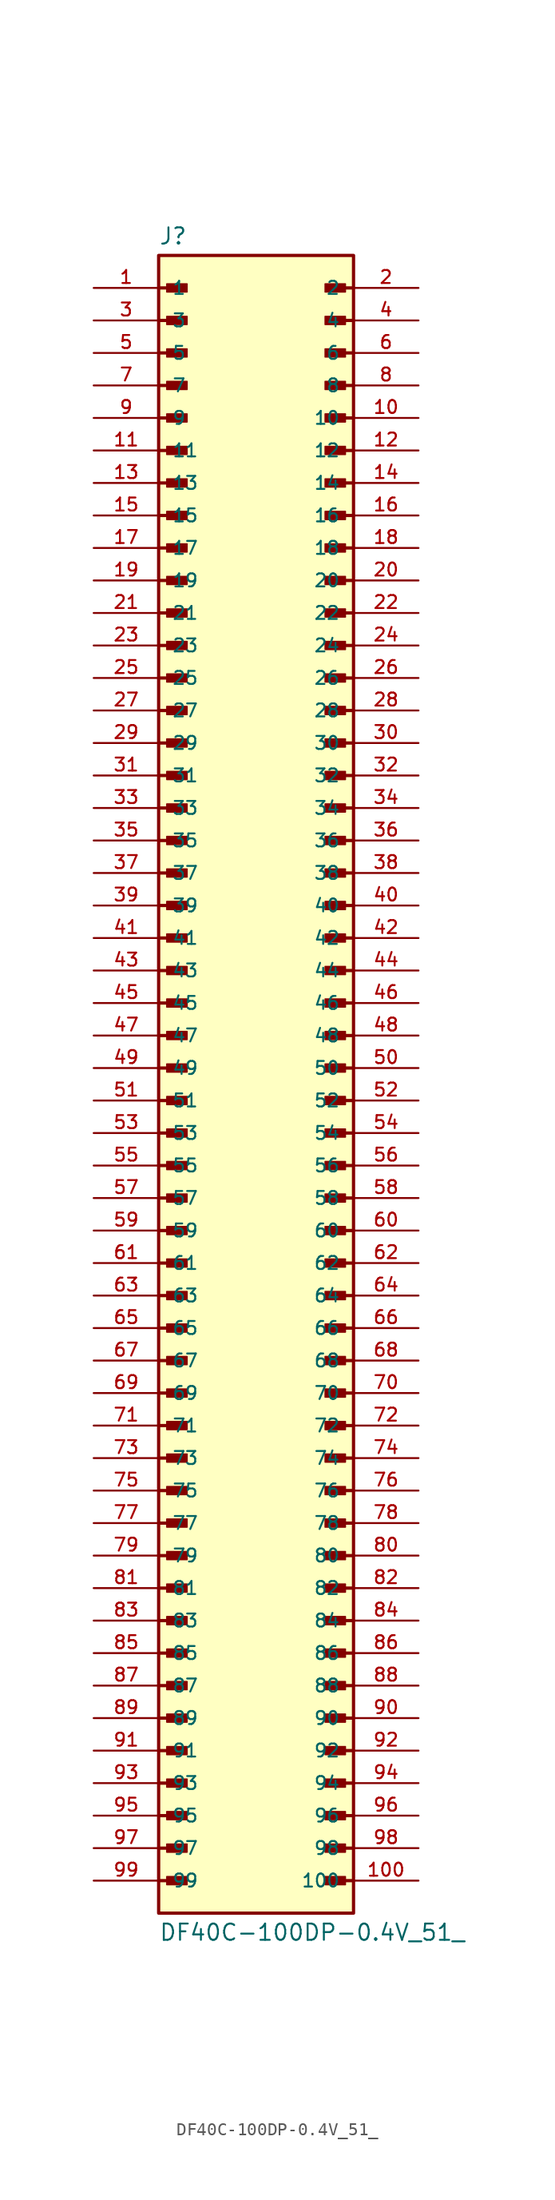
<source format=kicad_sym>
(kicad_symbol_lib
  (version 20211014)
  (generator kicad_symbol_editor)
  (symbol "DF40C-100DP-0.4V_51_"
    (pin_names
      (offset 1.016))
    (property "Reference" "J"
      (at -7.62 64.262 0)
      (effects (font (size 1.27 1.27)) (justify bottom left)))
    (property "Value" "DF40C-100DP-0.4V_51_"
      (at -7.62 -66.802 0)
      (effects (font (size 1.27 1.27)) (justify top left)))
    (symbol "DF40C-100DP-0.4V_51__0_0"
      (polyline (pts (xy -7.62 60.96) (xy -5.715 60.96)) (stroke (width 0.254)))
      (rectangle (start -6.985 60.642) (end -5.397 61.278) (stroke (width 0.1)) (fill (type outline)))
      (polyline (pts (xy -7.62 58.42) (xy -5.715 58.42)) (stroke (width 0.254)))
      (rectangle (start -6.985 58.102) (end -5.397 58.737) (stroke (width 0.1)) (fill (type outline)))
      (polyline (pts (xy -7.62 55.88) (xy -5.715 55.88)) (stroke (width 0.254)))
      (rectangle (start -6.985 55.562) (end -5.397 56.197) (stroke (width 0.1)) (fill (type outline)))
      (polyline (pts (xy -7.62 53.34) (xy -5.715 53.34)) (stroke (width 0.254)))
      (rectangle (start -6.985 53.023) (end -5.397 53.657) (stroke (width 0.1)) (fill (type outline)))
      (polyline (pts (xy -7.62 50.8) (xy -5.715 50.8)) (stroke (width 0.254)))
      (rectangle (start -6.985 50.483) (end -5.397 51.117) (stroke (width 0.1)) (fill (type outline)))
      (polyline (pts (xy -7.62 48.26) (xy -5.715 48.26)) (stroke (width 0.254)))
      (rectangle (start -6.985 47.943) (end -5.397 48.578) (stroke (width 0.1)) (fill (type outline)))
      (polyline (pts (xy -7.62 45.72) (xy -5.715 45.72)) (stroke (width 0.254)))
      (rectangle (start -6.985 45.403) (end -5.397 46.038) (stroke (width 0.1)) (fill (type outline)))
      (polyline (pts (xy -7.62 43.18) (xy -5.715 43.18)) (stroke (width 0.254)))
      (rectangle (start -6.985 42.862) (end -5.397 43.498) (stroke (width 0.1)) (fill (type outline)))
      (polyline (pts (xy -7.62 40.64) (xy -5.715 40.64)) (stroke (width 0.254)))
      (rectangle (start -6.985 40.322) (end -5.397 40.958) (stroke (width 0.1)) (fill (type outline)))
      (polyline (pts (xy -7.62 38.1) (xy -5.715 38.1)) (stroke (width 0.254)))
      (rectangle (start -6.985 37.782) (end -5.397 38.417) (stroke (width 0.1)) (fill (type outline)))
      (polyline (pts (xy 7.62 38.1) (xy 5.715 38.1)) (stroke (width 0.254)))
      (rectangle (start 5.397 37.782) (end 6.985 38.417) (stroke (width 0.1)) (fill (type outline)))
      (polyline (pts (xy 7.62 40.64) (xy 5.715 40.64)) (stroke (width 0.254)))
      (rectangle (start 5.397 40.322) (end 6.985 40.958) (stroke (width 0.1)) (fill (type outline)))
      (polyline (pts (xy 7.62 43.18) (xy 5.715 43.18)) (stroke (width 0.254)))
      (rectangle (start 5.397 42.862) (end 6.985 43.498) (stroke (width 0.1)) (fill (type outline)))
      (polyline (pts (xy 7.62 45.72) (xy 5.715 45.72)) (stroke (width 0.254)))
      (rectangle (start 5.397 45.403) (end 6.985 46.038) (stroke (width 0.1)) (fill (type outline)))
      (polyline (pts (xy 7.62 48.26) (xy 5.715 48.26)) (stroke (width 0.254)))
      (rectangle (start 5.397 47.943) (end 6.985 48.578) (stroke (width 0.1)) (fill (type outline)))
      (polyline (pts (xy 7.62 50.8) (xy 5.715 50.8)) (stroke (width 0.254)))
      (rectangle (start 5.397 50.483) (end 6.985 51.117) (stroke (width 0.1)) (fill (type outline)))
      (polyline (pts (xy 7.62 53.34) (xy 5.715 53.34)) (stroke (width 0.254)))
      (rectangle (start 5.397 53.023) (end 6.985 53.657) (stroke (width 0.1)) (fill (type outline)))
      (polyline (pts (xy 7.62 55.88) (xy 5.715 55.88)) (stroke (width 0.254)))
      (rectangle (start 5.397 55.562) (end 6.985 56.197) (stroke (width 0.1)) (fill (type outline)))
      (polyline (pts (xy 7.62 58.42) (xy 5.715 58.42)) (stroke (width 0.254)))
      (rectangle (start 5.397 58.102) (end 6.985 58.737) (stroke (width 0.1)) (fill (type outline)))
      (polyline (pts (xy 7.62 60.96) (xy 5.715 60.96)) (stroke (width 0.254)))
      (rectangle (start 5.397 60.642) (end 6.985 61.278) (stroke (width 0.1)) (fill (type outline)))
      (polyline (pts (xy -7.62 35.56) (xy -5.715 35.56)) (stroke (width 0.254)))
      (rectangle (start -6.985 35.242) (end -5.397 35.877) (stroke (width 0.1)) (fill (type outline)))
      (polyline (pts (xy -7.62 33.02) (xy -5.715 33.02)) (stroke (width 0.254)))
      (rectangle (start -6.985 32.703) (end -5.397 33.337) (stroke (width 0.1)) (fill (type outline)))
      (polyline (pts (xy -7.62 30.48) (xy -5.715 30.48)) (stroke (width 0.254)))
      (rectangle (start -6.985 30.163) (end -5.397 30.797) (stroke (width 0.1)) (fill (type outline)))
      (polyline (pts (xy -7.62 27.94) (xy -5.715 27.94)) (stroke (width 0.254)))
      (rectangle (start -6.985 27.622) (end -5.397 28.258) (stroke (width 0.1)) (fill (type outline)))
      (polyline (pts (xy -7.62 25.4) (xy -5.715 25.4)) (stroke (width 0.254)))
      (rectangle (start -6.985 25.082) (end -5.397 25.718) (stroke (width 0.1)) (fill (type outline)))
      (polyline (pts (xy -7.62 22.86) (xy -5.715 22.86)) (stroke (width 0.254)))
      (rectangle (start -6.985 22.543) (end -5.397 23.177) (stroke (width 0.1)) (fill (type outline)))
      (polyline (pts (xy -7.62 20.32) (xy -5.715 20.32)) (stroke (width 0.254)))
      (rectangle (start -6.985 20.003) (end -5.397 20.637) (stroke (width 0.1)) (fill (type outline)))
      (polyline (pts (xy -7.62 17.78) (xy -5.715 17.78)) (stroke (width 0.254)))
      (rectangle (start -6.985 17.462) (end -5.397 18.098) (stroke (width 0.1)) (fill (type outline)))
      (polyline (pts (xy -7.62 15.24) (xy -5.715 15.24)) (stroke (width 0.254)))
      (rectangle (start -6.985 14.922) (end -5.397 15.557) (stroke (width 0.1)) (fill (type outline)))
      (polyline (pts (xy -7.62 12.7) (xy -5.715 12.7)) (stroke (width 0.254)))
      (rectangle (start -6.985 12.383) (end -5.397 13.018) (stroke (width 0.1)) (fill (type outline)))
      (polyline (pts (xy 7.62 12.7) (xy 5.715 12.7)) (stroke (width 0.254)))
      (rectangle (start 5.397 12.383) (end 6.985 13.018) (stroke (width 0.1)) (fill (type outline)))
      (polyline (pts (xy 7.62 15.24) (xy 5.715 15.24)) (stroke (width 0.254)))
      (rectangle (start 5.397 14.922) (end 6.985 15.557) (stroke (width 0.1)) (fill (type outline)))
      (polyline (pts (xy 7.62 17.78) (xy 5.715 17.78)) (stroke (width 0.254)))
      (rectangle (start 5.397 17.462) (end 6.985 18.098) (stroke (width 0.1)) (fill (type outline)))
      (polyline (pts (xy 7.62 20.32) (xy 5.715 20.32)) (stroke (width 0.254)))
      (rectangle (start 5.397 20.003) (end 6.985 20.637) (stroke (width 0.1)) (fill (type outline)))
      (polyline (pts (xy 7.62 22.86) (xy 5.715 22.86)) (stroke (width 0.254)))
      (rectangle (start 5.397 22.543) (end 6.985 23.177) (stroke (width 0.1)) (fill (type outline)))
      (polyline (pts (xy 7.62 25.4) (xy 5.715 25.4)) (stroke (width 0.254)))
      (rectangle (start 5.397 25.082) (end 6.985 25.718) (stroke (width 0.1)) (fill (type outline)))
      (polyline (pts (xy 7.62 27.94) (xy 5.715 27.94)) (stroke (width 0.254)))
      (rectangle (start 5.397 27.622) (end 6.985 28.258) (stroke (width 0.1)) (fill (type outline)))
      (polyline (pts (xy 7.62 30.48) (xy 5.715 30.48)) (stroke (width 0.254)))
      (rectangle (start 5.397 30.163) (end 6.985 30.797) (stroke (width 0.1)) (fill (type outline)))
      (polyline (pts (xy 7.62 33.02) (xy 5.715 33.02)) (stroke (width 0.254)))
      (rectangle (start 5.397 32.703) (end 6.985 33.337) (stroke (width 0.1)) (fill (type outline)))
      (polyline (pts (xy 7.62 35.56) (xy 5.715 35.56)) (stroke (width 0.254)))
      (rectangle (start 5.397 35.242) (end 6.985 35.877) (stroke (width 0.1)) (fill (type outline)))
      (polyline (pts (xy -7.62 10.16) (xy -5.715 10.16)) (stroke (width 0.254)))
      (rectangle (start -6.985 9.842) (end -5.397 10.477) (stroke (width 0.1)) (fill (type outline)))
      (polyline (pts (xy -7.62 7.62) (xy -5.715 7.62)) (stroke (width 0.254)))
      (rectangle (start -6.985 7.303) (end -5.397 7.938) (stroke (width 0.1)) (fill (type outline)))
      (polyline (pts (xy -7.62 5.08) (xy -5.715 5.08)) (stroke (width 0.254)))
      (rectangle (start -6.985 4.763) (end -5.397 5.397) (stroke (width 0.1)) (fill (type outline)))
      (polyline (pts (xy -7.62 2.54) (xy -5.715 2.54)) (stroke (width 0.254)))
      (rectangle (start -6.985 2.223) (end -5.397 2.857) (stroke (width 0.1)) (fill (type outline)))
      (polyline (pts (xy -7.62 0.0) (xy -5.715 0.0)) (stroke (width 0.254)))
      (rectangle (start -6.985 -0.318) (end -5.397 0.318) (stroke (width 0.1)) (fill (type outline)))
      (polyline (pts (xy -7.62 -2.54) (xy -5.715 -2.54)) (stroke (width 0.254)))
      (rectangle (start -6.985 -2.857) (end -5.397 -2.223) (stroke (width 0.1)) (fill (type outline)))
      (polyline (pts (xy -7.62 -5.08) (xy -5.715 -5.08)) (stroke (width 0.254)))
      (rectangle (start -6.985 -5.397) (end -5.397 -4.763) (stroke (width 0.1)) (fill (type outline)))
      (polyline (pts (xy -7.62 -7.62) (xy -5.715 -7.62)) (stroke (width 0.254)))
      (rectangle (start -6.985 -7.938) (end -5.397 -7.303) (stroke (width 0.1)) (fill (type outline)))
      (polyline (pts (xy -7.62 -10.16) (xy -5.715 -10.16)) (stroke (width 0.254)))
      (rectangle (start -6.985 -10.477) (end -5.397 -9.842) (stroke (width 0.1)) (fill (type outline)))
      (polyline (pts (xy -7.62 -12.7) (xy -5.715 -12.7)) (stroke (width 0.254)))
      (rectangle (start -6.985 -13.018) (end -5.397 -12.383) (stroke (width 0.1)) (fill (type outline)))
      (polyline (pts (xy 7.62 -12.7) (xy 5.715 -12.7)) (stroke (width 0.254)))
      (rectangle (start 5.397 -13.018) (end 6.985 -12.383) (stroke (width 0.1)) (fill (type outline)))
      (polyline (pts (xy 7.62 -10.16) (xy 5.715 -10.16)) (stroke (width 0.254)))
      (rectangle (start 5.397 -10.477) (end 6.985 -9.842) (stroke (width 0.1)) (fill (type outline)))
      (polyline (pts (xy 7.62 -7.62) (xy 5.715 -7.62)) (stroke (width 0.254)))
      (rectangle (start 5.397 -7.938) (end 6.985 -7.303) (stroke (width 0.1)) (fill (type outline)))
      (polyline (pts (xy 7.62 -5.08) (xy 5.715 -5.08)) (stroke (width 0.254)))
      (rectangle (start 5.397 -5.397) (end 6.985 -4.763) (stroke (width 0.1)) (fill (type outline)))
      (polyline (pts (xy 7.62 -2.54) (xy 5.715 -2.54)) (stroke (width 0.254)))
      (rectangle (start 5.397 -2.857) (end 6.985 -2.223) (stroke (width 0.1)) (fill (type outline)))
      (polyline (pts (xy 7.62 0.0) (xy 5.715 0.0)) (stroke (width 0.254)))
      (rectangle (start 5.397 -0.318) (end 6.985 0.318) (stroke (width 0.1)) (fill (type outline)))
      (polyline (pts (xy 7.62 2.54) (xy 5.715 2.54)) (stroke (width 0.254)))
      (rectangle (start 5.397 2.223) (end 6.985 2.857) (stroke (width 0.1)) (fill (type outline)))
      (polyline (pts (xy 7.62 5.08) (xy 5.715 5.08)) (stroke (width 0.254)))
      (rectangle (start 5.397 4.763) (end 6.985 5.397) (stroke (width 0.1)) (fill (type outline)))
      (polyline (pts (xy 7.62 7.62) (xy 5.715 7.62)) (stroke (width 0.254)))
      (rectangle (start 5.397 7.303) (end 6.985 7.938) (stroke (width 0.1)) (fill (type outline)))
      (polyline (pts (xy 7.62 10.16) (xy 5.715 10.16)) (stroke (width 0.254)))
      (rectangle (start 5.397 9.842) (end 6.985 10.477) (stroke (width 0.1)) (fill (type outline)))
      (polyline (pts (xy -7.62 -15.24) (xy -5.715 -15.24)) (stroke (width 0.254)))
      (rectangle (start -6.985 -15.557) (end -5.397 -14.922) (stroke (width 0.1)) (fill (type outline)))
      (polyline (pts (xy -7.62 -17.78) (xy -5.715 -17.78)) (stroke (width 0.254)))
      (rectangle (start -6.985 -18.098) (end -5.397 -17.462) (stroke (width 0.1)) (fill (type outline)))
      (polyline (pts (xy -7.62 -20.32) (xy -5.715 -20.32)) (stroke (width 0.254)))
      (rectangle (start -6.985 -20.637) (end -5.397 -20.003) (stroke (width 0.1)) (fill (type outline)))
      (polyline (pts (xy -7.62 -22.86) (xy -5.715 -22.86)) (stroke (width 0.254)))
      (rectangle (start -6.985 -23.177) (end -5.397 -22.543) (stroke (width 0.1)) (fill (type outline)))
      (polyline (pts (xy -7.62 -25.4) (xy -5.715 -25.4)) (stroke (width 0.254)))
      (rectangle (start -6.985 -25.718) (end -5.397 -25.082) (stroke (width 0.1)) (fill (type outline)))
      (polyline (pts (xy -7.62 -27.94) (xy -5.715 -27.94)) (stroke (width 0.254)))
      (rectangle (start -6.985 -28.258) (end -5.397 -27.622) (stroke (width 0.1)) (fill (type outline)))
      (polyline (pts (xy -7.62 -30.48) (xy -5.715 -30.48)) (stroke (width 0.254)))
      (rectangle (start -6.985 -30.797) (end -5.397 -30.163) (stroke (width 0.1)) (fill (type outline)))
      (polyline (pts (xy -7.62 -33.02) (xy -5.715 -33.02)) (stroke (width 0.254)))
      (rectangle (start -6.985 -33.337) (end -5.397 -32.703) (stroke (width 0.1)) (fill (type outline)))
      (polyline (pts (xy -7.62 -35.56) (xy -5.715 -35.56)) (stroke (width 0.254)))
      (rectangle (start -6.985 -35.877) (end -5.397 -35.242) (stroke (width 0.1)) (fill (type outline)))
      (polyline (pts (xy -7.62 -38.1) (xy -5.715 -38.1)) (stroke (width 0.254)))
      (rectangle (start -6.985 -38.417) (end -5.397 -37.782) (stroke (width 0.1)) (fill (type outline)))
      (polyline (pts (xy 7.62 -38.1) (xy 5.715 -38.1)) (stroke (width 0.254)))
      (rectangle (start 5.397 -38.417) (end 6.985 -37.782) (stroke (width 0.1)) (fill (type outline)))
      (polyline (pts (xy 7.62 -35.56) (xy 5.715 -35.56)) (stroke (width 0.254)))
      (rectangle (start 5.397 -35.877) (end 6.985 -35.242) (stroke (width 0.1)) (fill (type outline)))
      (polyline (pts (xy 7.62 -33.02) (xy 5.715 -33.02)) (stroke (width 0.254)))
      (rectangle (start 5.397 -33.337) (end 6.985 -32.703) (stroke (width 0.1)) (fill (type outline)))
      (polyline (pts (xy 7.62 -30.48) (xy 5.715 -30.48)) (stroke (width 0.254)))
      (rectangle (start 5.397 -30.797) (end 6.985 -30.163) (stroke (width 0.1)) (fill (type outline)))
      (polyline (pts (xy 7.62 -27.94) (xy 5.715 -27.94)) (stroke (width 0.254)))
      (rectangle (start 5.397 -28.258) (end 6.985 -27.622) (stroke (width 0.1)) (fill (type outline)))
      (polyline (pts (xy 7.62 -25.4) (xy 5.715 -25.4)) (stroke (width 0.254)))
      (rectangle (start 5.397 -25.718) (end 6.985 -25.082) (stroke (width 0.1)) (fill (type outline)))
      (polyline (pts (xy 7.62 -22.86) (xy 5.715 -22.86)) (stroke (width 0.254)))
      (rectangle (start 5.397 -23.177) (end 6.985 -22.543) (stroke (width 0.1)) (fill (type outline)))
      (polyline (pts (xy 7.62 -20.32) (xy 5.715 -20.32)) (stroke (width 0.254)))
      (rectangle (start 5.397 -20.637) (end 6.985 -20.003) (stroke (width 0.1)) (fill (type outline)))
      (polyline (pts (xy 7.62 -17.78) (xy 5.715 -17.78)) (stroke (width 0.254)))
      (rectangle (start 5.397 -18.098) (end 6.985 -17.462) (stroke (width 0.1)) (fill (type outline)))
      (polyline (pts (xy 7.62 -15.24) (xy 5.715 -15.24)) (stroke (width 0.254)))
      (rectangle (start 5.397 -15.557) (end 6.985 -14.922) (stroke (width 0.1)) (fill (type outline)))
      (polyline (pts (xy -7.62 -40.64) (xy -5.715 -40.64)) (stroke (width 0.254)))
      (rectangle (start -6.985 -40.958) (end -5.397 -40.322) (stroke (width 0.1)) (fill (type outline)))
      (polyline (pts (xy -7.62 -43.18) (xy -5.715 -43.18)) (stroke (width 0.254)))
      (rectangle (start -6.985 -43.498) (end -5.397 -42.862) (stroke (width 0.1)) (fill (type outline)))
      (polyline (pts (xy -7.62 -45.72) (xy -5.715 -45.72)) (stroke (width 0.254)))
      (rectangle (start -6.985 -46.038) (end -5.397 -45.403) (stroke (width 0.1)) (fill (type outline)))
      (polyline (pts (xy -7.62 -48.26) (xy -5.715 -48.26)) (stroke (width 0.254)))
      (rectangle (start -6.985 -48.578) (end -5.397 -47.943) (stroke (width 0.1)) (fill (type outline)))
      (polyline (pts (xy -7.62 -50.8) (xy -5.715 -50.8)) (stroke (width 0.254)))
      (rectangle (start -6.985 -51.117) (end -5.397 -50.483) (stroke (width 0.1)) (fill (type outline)))
      (polyline (pts (xy -7.62 -53.34) (xy -5.715 -53.34)) (stroke (width 0.254)))
      (rectangle (start -6.985 -53.657) (end -5.397 -53.023) (stroke (width 0.1)) (fill (type outline)))
      (polyline (pts (xy -7.62 -55.88) (xy -5.715 -55.88)) (stroke (width 0.254)))
      (rectangle (start -6.985 -56.197) (end -5.397 -55.562) (stroke (width 0.1)) (fill (type outline)))
      (polyline (pts (xy -7.62 -58.42) (xy -5.715 -58.42)) (stroke (width 0.254)))
      (rectangle (start -6.985 -58.737) (end -5.397 -58.102) (stroke (width 0.1)) (fill (type outline)))
      (polyline (pts (xy -7.62 -60.96) (xy -5.715 -60.96)) (stroke (width 0.254)))
      (rectangle (start -6.985 -61.278) (end -5.397 -60.642) (stroke (width 0.1)) (fill (type outline)))
      (polyline (pts (xy -7.62 -63.5) (xy -5.715 -63.5)) (stroke (width 0.254)))
      (rectangle (start -6.985 -63.818) (end -5.397 -63.182) (stroke (width 0.1)) (fill (type outline)))
      (polyline (pts (xy 7.62 -63.5) (xy 5.715 -63.5)) (stroke (width 0.254)))
      (rectangle (start 5.397 -63.818) (end 6.985 -63.182) (stroke (width 0.1)) (fill (type outline)))
      (polyline (pts (xy 7.62 -60.96) (xy 5.715 -60.96)) (stroke (width 0.254)))
      (rectangle (start 5.397 -61.278) (end 6.985 -60.642) (stroke (width 0.1)) (fill (type outline)))
      (polyline (pts (xy 7.62 -58.42) (xy 5.715 -58.42)) (stroke (width 0.254)))
      (rectangle (start 5.397 -58.737) (end 6.985 -58.102) (stroke (width 0.1)) (fill (type outline)))
      (polyline (pts (xy 7.62 -55.88) (xy 5.715 -55.88)) (stroke (width 0.254)))
      (rectangle (start 5.397 -56.197) (end 6.985 -55.562) (stroke (width 0.1)) (fill (type outline)))
      (polyline (pts (xy 7.62 -53.34) (xy 5.715 -53.34)) (stroke (width 0.254)))
      (rectangle (start 5.397 -53.657) (end 6.985 -53.023) (stroke (width 0.1)) (fill (type outline)))
      (polyline (pts (xy 7.62 -50.8) (xy 5.715 -50.8)) (stroke (width 0.254)))
      (rectangle (start 5.397 -51.117) (end 6.985 -50.483) (stroke (width 0.1)) (fill (type outline)))
      (polyline (pts (xy 7.62 -48.26) (xy 5.715 -48.26)) (stroke (width 0.254)))
      (rectangle (start 5.397 -48.578) (end 6.985 -47.943) (stroke (width 0.1)) (fill (type outline)))
      (polyline (pts (xy 7.62 -45.72) (xy 5.715 -45.72)) (stroke (width 0.254)))
      (rectangle (start 5.397 -46.038) (end 6.985 -45.403) (stroke (width 0.1)) (fill (type outline)))
      (polyline (pts (xy 7.62 -43.18) (xy 5.715 -43.18)) (stroke (width 0.254)))
      (rectangle (start 5.397 -43.498) (end 6.985 -42.862) (stroke (width 0.1)) (fill (type outline)))
      (polyline (pts (xy 7.62 -40.64) (xy 5.715 -40.64)) (stroke (width 0.254)))
      (rectangle (start 5.397 -40.958) (end 6.985 -40.322) (stroke (width 0.1)) (fill (type outline)))
      (rectangle (start -7.62 -66.04) (end 7.62 63.5) (stroke (width 0.254)) (fill (type background)))
      (pin passive line (at -12.7 60.96 0) (length 5.08) (name "1" (effects (font (size 1.016 1.016)))) (number "1" (effects (font (size 1.016 1.016)))))
      (pin passive line (at 12.7 60.96 180.0) (length 5.08) (name "2" (effects (font (size 1.016 1.016)))) (number "2" (effects (font (size 1.016 1.016)))))
      (pin passive line (at -12.7 58.42 0) (length 5.08) (name "3" (effects (font (size 1.016 1.016)))) (number "3" (effects (font (size 1.016 1.016)))))
      (pin passive line (at 12.7 58.42 180.0) (length 5.08) (name "4" (effects (font (size 1.016 1.016)))) (number "4" (effects (font (size 1.016 1.016)))))
      (pin passive line (at -12.7 55.88 0) (length 5.08) (name "5" (effects (font (size 1.016 1.016)))) (number "5" (effects (font (size 1.016 1.016)))))
      (pin passive line (at 12.7 55.88 180.0) (length 5.08) (name "6" (effects (font (size 1.016 1.016)))) (number "6" (effects (font (size 1.016 1.016)))))
      (pin passive line (at -12.7 53.34 0) (length 5.08) (name "7" (effects (font (size 1.016 1.016)))) (number "7" (effects (font (size 1.016 1.016)))))
      (pin passive line (at 12.7 53.34 180.0) (length 5.08) (name "8" (effects (font (size 1.016 1.016)))) (number "8" (effects (font (size 1.016 1.016)))))
      (pin passive line (at -12.7 50.8 0) (length 5.08) (name "9" (effects (font (size 1.016 1.016)))) (number "9" (effects (font (size 1.016 1.016)))))
      (pin passive line (at 12.7 50.8 180.0) (length 5.08) (name "10" (effects (font (size 1.016 1.016)))) (number "10" (effects (font (size 1.016 1.016)))))
      (pin passive line (at -12.7 48.26 0) (length 5.08) (name "11" (effects (font (size 1.016 1.016)))) (number "11" (effects (font (size 1.016 1.016)))))
      (pin passive line (at 12.7 48.26 180.0) (length 5.08) (name "12" (effects (font (size 1.016 1.016)))) (number "12" (effects (font (size 1.016 1.016)))))
      (pin passive line (at -12.7 45.72 0) (length 5.08) (name "13" (effects (font (size 1.016 1.016)))) (number "13" (effects (font (size 1.016 1.016)))))
      (pin passive line (at 12.7 45.72 180.0) (length 5.08) (name "14" (effects (font (size 1.016 1.016)))) (number "14" (effects (font (size 1.016 1.016)))))
      (pin passive line (at -12.7 43.18 0) (length 5.08) (name "15" (effects (font (size 1.016 1.016)))) (number "15" (effects (font (size 1.016 1.016)))))
      (pin passive line (at 12.7 43.18 180.0) (length 5.08) (name "16" (effects (font (size 1.016 1.016)))) (number "16" (effects (font (size 1.016 1.016)))))
      (pin passive line (at -12.7 40.64 0) (length 5.08) (name "17" (effects (font (size 1.016 1.016)))) (number "17" (effects (font (size 1.016 1.016)))))
      (pin passive line (at 12.7 40.64 180.0) (length 5.08) (name "18" (effects (font (size 1.016 1.016)))) (number "18" (effects (font (size 1.016 1.016)))))
      (pin passive line (at -12.7 38.1 0) (length 5.08) (name "19" (effects (font (size 1.016 1.016)))) (number "19" (effects (font (size 1.016 1.016)))))
      (pin passive line (at 12.7 38.1 180.0) (length 5.08) (name "20" (effects (font (size 1.016 1.016)))) (number "20" (effects (font (size 1.016 1.016)))))
      (pin passive line (at -12.7 35.56 0) (length 5.08) (name "21" (effects (font (size 1.016 1.016)))) (number "21" (effects (font (size 1.016 1.016)))))
      (pin passive line (at 12.7 35.56 180.0) (length 5.08) (name "22" (effects (font (size 1.016 1.016)))) (number "22" (effects (font (size 1.016 1.016)))))
      (pin passive line (at -12.7 33.02 0) (length 5.08) (name "23" (effects (font (size 1.016 1.016)))) (number "23" (effects (font (size 1.016 1.016)))))
      (pin passive line (at 12.7 33.02 180.0) (length 5.08) (name "24" (effects (font (size 1.016 1.016)))) (number "24" (effects (font (size 1.016 1.016)))))
      (pin passive line (at -12.7 30.48 0) (length 5.08) (name "25" (effects (font (size 1.016 1.016)))) (number "25" (effects (font (size 1.016 1.016)))))
      (pin passive line (at 12.7 30.48 180.0) (length 5.08) (name "26" (effects (font (size 1.016 1.016)))) (number "26" (effects (font (size 1.016 1.016)))))
      (pin passive line (at -12.7 27.94 0) (length 5.08) (name "27" (effects (font (size 1.016 1.016)))) (number "27" (effects (font (size 1.016 1.016)))))
      (pin passive line (at 12.7 27.94 180.0) (length 5.08) (name "28" (effects (font (size 1.016 1.016)))) (number "28" (effects (font (size 1.016 1.016)))))
      (pin passive line (at -12.7 25.4 0) (length 5.08) (name "29" (effects (font (size 1.016 1.016)))) (number "29" (effects (font (size 1.016 1.016)))))
      (pin passive line (at 12.7 25.4 180.0) (length 5.08) (name "30" (effects (font (size 1.016 1.016)))) (number "30" (effects (font (size 1.016 1.016)))))
      (pin passive line (at -12.7 22.86 0) (length 5.08) (name "31" (effects (font (size 1.016 1.016)))) (number "31" (effects (font (size 1.016 1.016)))))
      (pin passive line (at 12.7 22.86 180.0) (length 5.08) (name "32" (effects (font (size 1.016 1.016)))) (number "32" (effects (font (size 1.016 1.016)))))
      (pin passive line (at -12.7 20.32 0) (length 5.08) (name "33" (effects (font (size 1.016 1.016)))) (number "33" (effects (font (size 1.016 1.016)))))
      (pin passive line (at 12.7 20.32 180.0) (length 5.08) (name "34" (effects (font (size 1.016 1.016)))) (number "34" (effects (font (size 1.016 1.016)))))
      (pin passive line (at -12.7 17.78 0) (length 5.08) (name "35" (effects (font (size 1.016 1.016)))) (number "35" (effects (font (size 1.016 1.016)))))
      (pin passive line (at 12.7 17.78 180.0) (length 5.08) (name "36" (effects (font (size 1.016 1.016)))) (number "36" (effects (font (size 1.016 1.016)))))
      (pin passive line (at -12.7 15.24 0) (length 5.08) (name "37" (effects (font (size 1.016 1.016)))) (number "37" (effects (font (size 1.016 1.016)))))
      (pin passive line (at 12.7 15.24 180.0) (length 5.08) (name "38" (effects (font (size 1.016 1.016)))) (number "38" (effects (font (size 1.016 1.016)))))
      (pin passive line (at -12.7 12.7 0) (length 5.08) (name "39" (effects (font (size 1.016 1.016)))) (number "39" (effects (font (size 1.016 1.016)))))
      (pin passive line (at 12.7 12.7 180.0) (length 5.08) (name "40" (effects (font (size 1.016 1.016)))) (number "40" (effects (font (size 1.016 1.016)))))
      (pin passive line (at -12.7 10.16 0) (length 5.08) (name "41" (effects (font (size 1.016 1.016)))) (number "41" (effects (font (size 1.016 1.016)))))
      (pin passive line (at 12.7 10.16 180.0) (length 5.08) (name "42" (effects (font (size 1.016 1.016)))) (number "42" (effects (font (size 1.016 1.016)))))
      (pin passive line (at -12.7 7.62 0) (length 5.08) (name "43" (effects (font (size 1.016 1.016)))) (number "43" (effects (font (size 1.016 1.016)))))
      (pin passive line (at 12.7 7.62 180.0) (length 5.08) (name "44" (effects (font (size 1.016 1.016)))) (number "44" (effects (font (size 1.016 1.016)))))
      (pin passive line (at -12.7 5.08 0) (length 5.08) (name "45" (effects (font (size 1.016 1.016)))) (number "45" (effects (font (size 1.016 1.016)))))
      (pin passive line (at 12.7 5.08 180.0) (length 5.08) (name "46" (effects (font (size 1.016 1.016)))) (number "46" (effects (font (size 1.016 1.016)))))
      (pin passive line (at -12.7 2.54 0) (length 5.08) (name "47" (effects (font (size 1.016 1.016)))) (number "47" (effects (font (size 1.016 1.016)))))
      (pin passive line (at 12.7 2.54 180.0) (length 5.08) (name "48" (effects (font (size 1.016 1.016)))) (number "48" (effects (font (size 1.016 1.016)))))
      (pin passive line (at -12.7 0.0 0) (length 5.08) (name "49" (effects (font (size 1.016 1.016)))) (number "49" (effects (font (size 1.016 1.016)))))
      (pin passive line (at 12.7 0.0 180.0) (length 5.08) (name "50" (effects (font (size 1.016 1.016)))) (number "50" (effects (font (size 1.016 1.016)))))
      (pin passive line (at -12.7 -2.54 0) (length 5.08) (name "51" (effects (font (size 1.016 1.016)))) (number "51" (effects (font (size 1.016 1.016)))))
      (pin passive line (at 12.7 -2.54 180.0) (length 5.08) (name "52" (effects (font (size 1.016 1.016)))) (number "52" (effects (font (size 1.016 1.016)))))
      (pin passive line (at -12.7 -5.08 0) (length 5.08) (name "53" (effects (font (size 1.016 1.016)))) (number "53" (effects (font (size 1.016 1.016)))))
      (pin passive line (at 12.7 -5.08 180.0) (length 5.08) (name "54" (effects (font (size 1.016 1.016)))) (number "54" (effects (font (size 1.016 1.016)))))
      (pin passive line (at -12.7 -7.62 0) (length 5.08) (name "55" (effects (font (size 1.016 1.016)))) (number "55" (effects (font (size 1.016 1.016)))))
      (pin passive line (at 12.7 -7.62 180.0) (length 5.08) (name "56" (effects (font (size 1.016 1.016)))) (number "56" (effects (font (size 1.016 1.016)))))
      (pin passive line (at -12.7 -10.16 0) (length 5.08) (name "57" (effects (font (size 1.016 1.016)))) (number "57" (effects (font (size 1.016 1.016)))))
      (pin passive line (at 12.7 -10.16 180.0) (length 5.08) (name "58" (effects (font (size 1.016 1.016)))) (number "58" (effects (font (size 1.016 1.016)))))
      (pin passive line (at -12.7 -12.7 0) (length 5.08) (name "59" (effects (font (size 1.016 1.016)))) (number "59" (effects (font (size 1.016 1.016)))))
      (pin passive line (at 12.7 -12.7 180.0) (length 5.08) (name "60" (effects (font (size 1.016 1.016)))) (number "60" (effects (font (size 1.016 1.016)))))
      (pin passive line (at -12.7 -15.24 0) (length 5.08) (name "61" (effects (font (size 1.016 1.016)))) (number "61" (effects (font (size 1.016 1.016)))))
      (pin passive line (at 12.7 -15.24 180.0) (length 5.08) (name "62" (effects (font (size 1.016 1.016)))) (number "62" (effects (font (size 1.016 1.016)))))
      (pin passive line (at -12.7 -17.78 0) (length 5.08) (name "63" (effects (font (size 1.016 1.016)))) (number "63" (effects (font (size 1.016 1.016)))))
      (pin passive line (at 12.7 -17.78 180.0) (length 5.08) (name "64" (effects (font (size 1.016 1.016)))) (number "64" (effects (font (size 1.016 1.016)))))
      (pin passive line (at -12.7 -20.32 0) (length 5.08) (name "65" (effects (font (size 1.016 1.016)))) (number "65" (effects (font (size 1.016 1.016)))))
      (pin passive line (at 12.7 -20.32 180.0) (length 5.08) (name "66" (effects (font (size 1.016 1.016)))) (number "66" (effects (font (size 1.016 1.016)))))
      (pin passive line (at -12.7 -22.86 0) (length 5.08) (name "67" (effects (font (size 1.016 1.016)))) (number "67" (effects (font (size 1.016 1.016)))))
      (pin passive line (at 12.7 -22.86 180.0) (length 5.08) (name "68" (effects (font (size 1.016 1.016)))) (number "68" (effects (font (size 1.016 1.016)))))
      (pin passive line (at -12.7 -25.4 0) (length 5.08) (name "69" (effects (font (size 1.016 1.016)))) (number "69" (effects (font (size 1.016 1.016)))))
      (pin passive line (at 12.7 -25.4 180.0) (length 5.08) (name "70" (effects (font (size 1.016 1.016)))) (number "70" (effects (font (size 1.016 1.016)))))
      (pin passive line (at -12.7 -27.94 0) (length 5.08) (name "71" (effects (font (size 1.016 1.016)))) (number "71" (effects (font (size 1.016 1.016)))))
      (pin passive line (at 12.7 -27.94 180.0) (length 5.08) (name "72" (effects (font (size 1.016 1.016)))) (number "72" (effects (font (size 1.016 1.016)))))
      (pin passive line (at -12.7 -30.48 0) (length 5.08) (name "73" (effects (font (size 1.016 1.016)))) (number "73" (effects (font (size 1.016 1.016)))))
      (pin passive line (at 12.7 -30.48 180.0) (length 5.08) (name "74" (effects (font (size 1.016 1.016)))) (number "74" (effects (font (size 1.016 1.016)))))
      (pin passive line (at -12.7 -33.02 0) (length 5.08) (name "75" (effects (font (size 1.016 1.016)))) (number "75" (effects (font (size 1.016 1.016)))))
      (pin passive line (at 12.7 -33.02 180.0) (length 5.08) (name "76" (effects (font (size 1.016 1.016)))) (number "76" (effects (font (size 1.016 1.016)))))
      (pin passive line (at -12.7 -35.56 0) (length 5.08) (name "77" (effects (font (size 1.016 1.016)))) (number "77" (effects (font (size 1.016 1.016)))))
      (pin passive line (at 12.7 -35.56 180.0) (length 5.08) (name "78" (effects (font (size 1.016 1.016)))) (number "78" (effects (font (size 1.016 1.016)))))
      (pin passive line (at -12.7 -38.1 0) (length 5.08) (name "79" (effects (font (size 1.016 1.016)))) (number "79" (effects (font (size 1.016 1.016)))))
      (pin passive line (at 12.7 -38.1 180.0) (length 5.08) (name "80" (effects (font (size 1.016 1.016)))) (number "80" (effects (font (size 1.016 1.016)))))
      (pin passive line (at -12.7 -40.64 0) (length 5.08) (name "81" (effects (font (size 1.016 1.016)))) (number "81" (effects (font (size 1.016 1.016)))))
      (pin passive line (at 12.7 -40.64 180.0) (length 5.08) (name "82" (effects (font (size 1.016 1.016)))) (number "82" (effects (font (size 1.016 1.016)))))
      (pin passive line (at -12.7 -43.18 0) (length 5.08) (name "83" (effects (font (size 1.016 1.016)))) (number "83" (effects (font (size 1.016 1.016)))))
      (pin passive line (at 12.7 -43.18 180.0) (length 5.08) (name "84" (effects (font (size 1.016 1.016)))) (number "84" (effects (font (size 1.016 1.016)))))
      (pin passive line (at -12.7 -45.72 0) (length 5.08) (name "85" (effects (font (size 1.016 1.016)))) (number "85" (effects (font (size 1.016 1.016)))))
      (pin passive line (at 12.7 -45.72 180.0) (length 5.08) (name "86" (effects (font (size 1.016 1.016)))) (number "86" (effects (font (size 1.016 1.016)))))
      (pin passive line (at -12.7 -48.26 0) (length 5.08) (name "87" (effects (font (size 1.016 1.016)))) (number "87" (effects (font (size 1.016 1.016)))))
      (pin passive line (at 12.7 -48.26 180.0) (length 5.08) (name "88" (effects (font (size 1.016 1.016)))) (number "88" (effects (font (size 1.016 1.016)))))
      (pin passive line (at -12.7 -50.8 0) (length 5.08) (name "89" (effects (font (size 1.016 1.016)))) (number "89" (effects (font (size 1.016 1.016)))))
      (pin passive line (at 12.7 -50.8 180.0) (length 5.08) (name "90" (effects (font (size 1.016 1.016)))) (number "90" (effects (font (size 1.016 1.016)))))
      (pin passive line (at -12.7 -53.34 0) (length 5.08) (name "91" (effects (font (size 1.016 1.016)))) (number "91" (effects (font (size 1.016 1.016)))))
      (pin passive line (at 12.7 -53.34 180.0) (length 5.08) (name "92" (effects (font (size 1.016 1.016)))) (number "92" (effects (font (size 1.016 1.016)))))
      (pin passive line (at -12.7 -55.88 0) (length 5.08) (name "93" (effects (font (size 1.016 1.016)))) (number "93" (effects (font (size 1.016 1.016)))))
      (pin passive line (at 12.7 -55.88 180.0) (length 5.08) (name "94" (effects (font (size 1.016 1.016)))) (number "94" (effects (font (size 1.016 1.016)))))
      (pin passive line (at -12.7 -58.42 0) (length 5.08) (name "95" (effects (font (size 1.016 1.016)))) (number "95" (effects (font (size 1.016 1.016)))))
      (pin passive line (at 12.7 -58.42 180.0) (length 5.08) (name "96" (effects (font (size 1.016 1.016)))) (number "96" (effects (font (size 1.016 1.016)))))
      (pin passive line (at -12.7 -60.96 0) (length 5.08) (name "97" (effects (font (size 1.016 1.016)))) (number "97" (effects (font (size 1.016 1.016)))))
      (pin passive line (at 12.7 -60.96 180.0) (length 5.08) (name "98" (effects (font (size 1.016 1.016)))) (number "98" (effects (font (size 1.016 1.016)))))
      (pin passive line (at -12.7 -63.5 0) (length 5.08) (name "99" (effects (font (size 1.016 1.016)))) (number "99" (effects (font (size 1.016 1.016)))))
      (pin passive line (at 12.7 -63.5 180.0) (length 5.08) (name "100" (effects (font (size 1.016 1.016)))) (number "100" (effects (font (size 1.016 1.016))))))))
</source>
